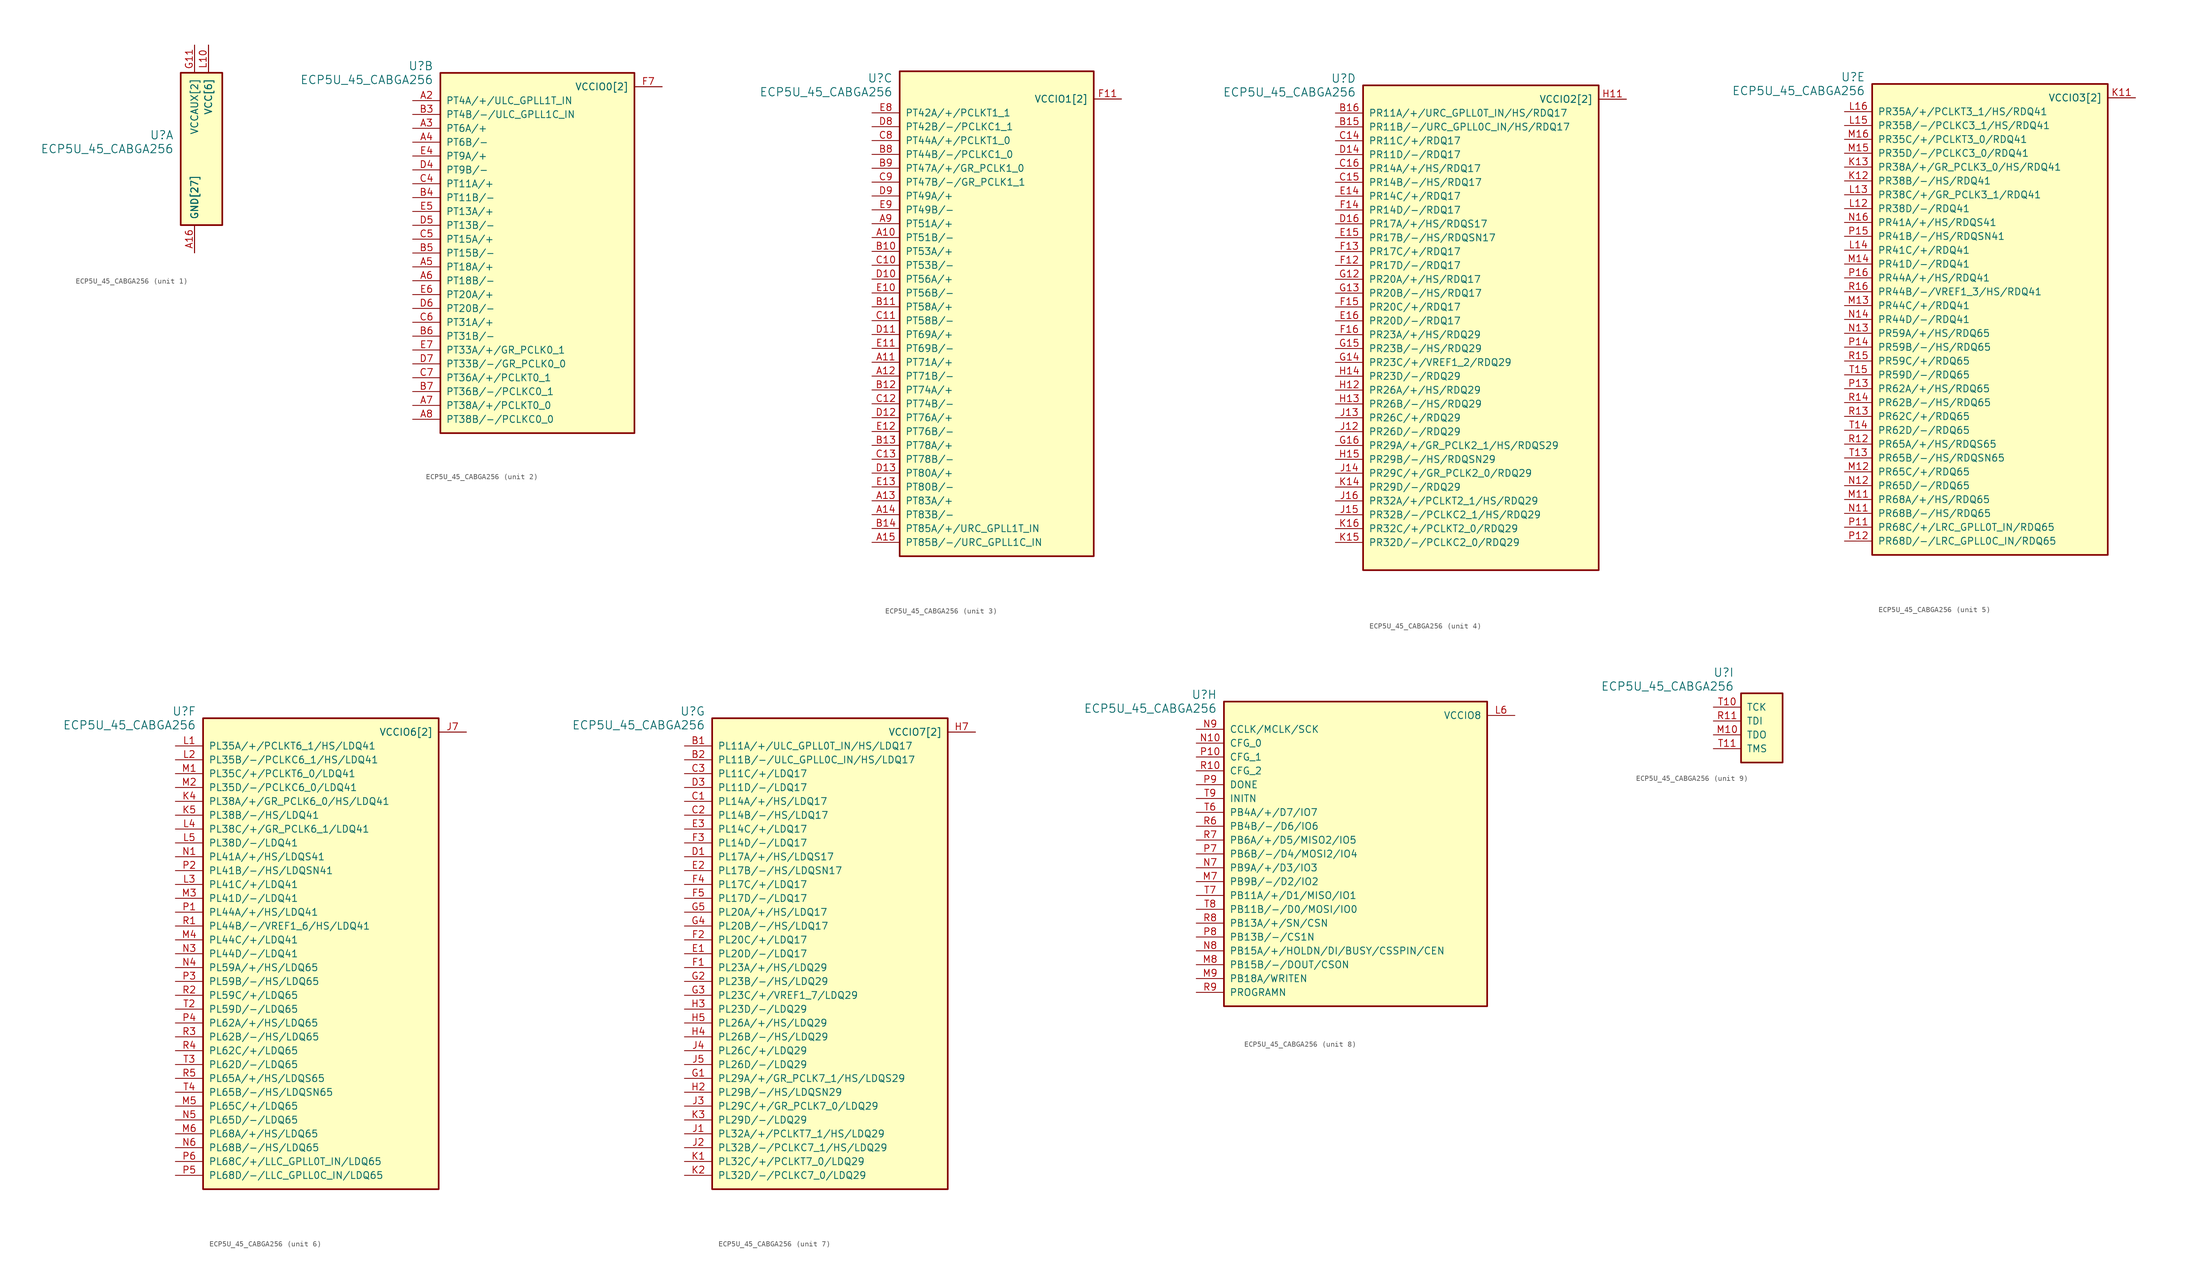
<source format=kicad_sym>
(kicad_symbol_lib
  (version 20210619)
  (generator kicad_symbol_editor)
  (symbol "symbols:ECP5U_45_CABGA256"
    (pin_names
      (offset 1.016))
    (property "Reference" "U"
      (at 3.81 6.35 0)
      (effects (font (size 1.524 1.524)) (justify right)))
    (property "Value" "ECP5U_45_CABGA256"
      (at 3.81 3.81 0)
      (effects (font (size 1.524 1.524)) (justify right)))
    (property "ki_locked" ""
      (at 0 0 0)
      (effects (font (size 1.27 1.27))))
    (symbol "ECP5U_45_CABGA256_1_1"
      (rectangle (start 5.08 17.78) (end 12.7 -10.16) (stroke (width 0.305)) (fill (type background)))
      (pin power_in line (at 7.62 -15.24 90) (length 5.08) (name "GND[27]" (effects (font (size 1.27 1.27)))) (number "A1" (effects (font (size 0 0)))))
      (pin power_in line (at 7.62 -15.24 90) (length 5.08) (name "GND[27]" (effects (font (size 1.27 1.27)))) (number "A16" (effects (font (size 1.27 1.27)))))
      (pin power_in line (at 7.62 -15.24 90) (length 5.08) (name "GND[27]" (effects (font (size 1.27 1.27)))) (number "D15" (effects (font (size 0 0)))))
      (pin power_in line (at 7.62 -15.24 90) (length 5.08) (name "GND[27]" (effects (font (size 1.27 1.27)))) (number "D2" (effects (font (size 0 0)))))
      (pin power_in line (at 7.62 -15.24 90) (length 5.08) (name "GND[27]" (effects (font (size 1.27 1.27)))) (number "F8" (effects (font (size 0 0)))))
      (pin power_in line (at 7.62 -15.24 90) (length 5.08) (name "GND[27]" (effects (font (size 1.27 1.27)))) (number "F9" (effects (font (size 0 0)))))
      (pin power_in line (at 7.62 -15.24 90) (length 5.08) (name "GND[27]" (effects (font (size 1.27 1.27)))) (number "G10" (effects (font (size 0 0)))))
      (pin power_in line (at 7.62 22.86 270) (length 5.08) (name "VCCAUX[2]" (effects (font (size 1.27 1.27)))) (number "G11" (effects (font (size 1.27 1.27)))))
      (pin power_in line (at 10.16 22.86 270) (length 5.08) (name "VCC[6]" (effects (font (size 1.27 1.27)))) (number "G6" (effects (font (size 0 0)))))
      (pin power_in line (at 10.16 22.86 270) (length 5.08) (name "VCC[6]" (effects (font (size 1.27 1.27)))) (number "G7" (effects (font (size 0 0)))))
      (pin power_in line (at 7.62 -15.24 90) (length 5.08) (name "GND[27]" (effects (font (size 1.27 1.27)))) (number "G8" (effects (font (size 0 0)))))
      (pin power_in line (at 10.16 22.86 270) (length 5.08) (name "VCC[6]" (effects (font (size 1.27 1.27)))) (number "G9" (effects (font (size 0 0)))))
      (pin power_in line (at 7.62 -15.24 90) (length 5.08) (name "GND[27]" (effects (font (size 1.27 1.27)))) (number "H1" (effects (font (size 0 0)))))
      (pin power_in line (at 7.62 -15.24 90) (length 5.08) (name "GND[27]" (effects (font (size 1.27 1.27)))) (number "H10" (effects (font (size 0 0)))))
      (pin power_in line (at 7.62 -15.24 90) (length 5.08) (name "GND[27]" (effects (font (size 1.27 1.27)))) (number "H16" (effects (font (size 0 0)))))
      (pin power_in line (at 7.62 -15.24 90) (length 5.08) (name "GND[27]" (effects (font (size 1.27 1.27)))) (number "H8" (effects (font (size 0 0)))))
      (pin power_in line (at 7.62 -15.24 90) (length 5.08) (name "GND[27]" (effects (font (size 1.27 1.27)))) (number "H9" (effects (font (size 0 0)))))
      (pin power_in line (at 7.62 -15.24 90) (length 5.08) (name "GND[27]" (effects (font (size 1.27 1.27)))) (number "J10" (effects (font (size 0 0)))))
      (pin power_in line (at 7.62 -15.24 90) (length 5.08) (name "GND[27]" (effects (font (size 1.27 1.27)))) (number "J8" (effects (font (size 0 0)))))
      (pin power_in line (at 7.62 -15.24 90) (length 5.08) (name "GND[27]" (effects (font (size 1.27 1.27)))) (number "J9" (effects (font (size 0 0)))))
      (pin power_in line (at 7.62 -15.24 90) (length 5.08) (name "GND[27]" (effects (font (size 1.27 1.27)))) (number "K10" (effects (font (size 0 0)))))
      (pin power_in line (at 7.62 -15.24 90) (length 5.08) (name "GND[27]" (effects (font (size 1.27 1.27)))) (number "K6" (effects (font (size 0 0)))))
      (pin power_in line (at 7.62 -15.24 90) (length 5.08) (name "GND[27]" (effects (font (size 1.27 1.27)))) (number "K7" (effects (font (size 0 0)))))
      (pin power_in line (at 7.62 -15.24 90) (length 5.08) (name "GND[27]" (effects (font (size 1.27 1.27)))) (number "K8" (effects (font (size 0 0)))))
      (pin power_in line (at 7.62 -15.24 90) (length 5.08) (name "GND[27]" (effects (font (size 1.27 1.27)))) (number "K9" (effects (font (size 0 0)))))
      (pin power_in line (at 10.16 22.86 270) (length 5.08) (name "VCC[6]" (effects (font (size 1.27 1.27)))) (number "L10" (effects (font (size 1.27 1.27)))))
      (pin power_in line (at 7.62 22.86 270) (length 5.08) (name "VCCAUX[2]" (effects (font (size 1.27 1.27)))) (number "L7" (effects (font (size 0 0)))))
      (pin power_in line (at 10.16 22.86 270) (length 5.08) (name "VCC[6]" (effects (font (size 1.27 1.27)))) (number "L8" (effects (font (size 0 0)))))
      (pin power_in line (at 10.16 22.86 270) (length 5.08) (name "VCC[6]" (effects (font (size 1.27 1.27)))) (number "L9" (effects (font (size 0 0)))))
      (pin power_in line (at 7.62 -15.24 90) (length 5.08) (name "GND[27]" (effects (font (size 1.27 1.27)))) (number "N15" (effects (font (size 0 0)))))
      (pin power_in line (at 7.62 -15.24 90) (length 5.08) (name "GND[27]" (effects (font (size 1.27 1.27)))) (number "N2" (effects (font (size 0 0)))))
      (pin power_in line (at 7.62 -15.24 90) (length 5.08) (name "GND[27]" (effects (font (size 1.27 1.27)))) (number "T1" (effects (font (size 0 0)))))
      (pin power_in line (at 7.62 -15.24 90) (length 5.08) (name "GND[27]" (effects (font (size 1.27 1.27)))) (number "T12" (effects (font (size 0 0)))))
      (pin power_in line (at 7.62 -15.24 90) (length 5.08) (name "GND[27]" (effects (font (size 1.27 1.27)))) (number "T16" (effects (font (size 0 0)))))
      (pin power_in line (at 7.62 -15.24 90) (length 5.08) (name "GND[27]" (effects (font (size 1.27 1.27)))) (number "T5" (effects (font (size 0 0))))))
    (symbol "ECP5U_45_CABGA256_2_1"
      (rectangle (start 5.08 5.08) (end 40.64 -60.96) (stroke (width 0.305)) (fill (type background)))
      (pin bidirectional line (at 0 0 0) (length 5.08) (name "PT4A/+/ULC_GPLL1T_IN" (effects (font (size 1.27 1.27)))) (number "A2" (effects (font (size 1.27 1.27)))))
      (pin bidirectional line (at 0 -5.08 0) (length 5.08) (name "PT6A/+" (effects (font (size 1.27 1.27)))) (number "A3" (effects (font (size 1.27 1.27)))))
      (pin bidirectional line (at 0 -7.62 0) (length 5.08) (name "PT6B/-" (effects (font (size 1.27 1.27)))) (number "A4" (effects (font (size 1.27 1.27)))))
      (pin bidirectional line (at 0 -30.48 0) (length 5.08) (name "PT18A/+" (effects (font (size 1.27 1.27)))) (number "A5" (effects (font (size 1.27 1.27)))))
      (pin bidirectional line (at 0 -33.02 0) (length 5.08) (name "PT18B/-" (effects (font (size 1.27 1.27)))) (number "A6" (effects (font (size 1.27 1.27)))))
      (pin bidirectional line (at 0 -55.88 0) (length 5.08) (name "PT38A/+/PCLKT0_0" (effects (font (size 1.27 1.27)))) (number "A7" (effects (font (size 1.27 1.27)))))
      (pin bidirectional line (at 0 -58.42 0) (length 5.08) (name "PT38B/-/PCLKC0_0" (effects (font (size 1.27 1.27)))) (number "A8" (effects (font (size 1.27 1.27)))))
      (pin bidirectional line (at 0 -2.54 0) (length 5.08) (name "PT4B/-/ULC_GPLL1C_IN" (effects (font (size 1.27 1.27)))) (number "B3" (effects (font (size 1.27 1.27)))))
      (pin bidirectional line (at 0 -17.78 0) (length 5.08) (name "PT11B/-" (effects (font (size 1.27 1.27)))) (number "B4" (effects (font (size 1.27 1.27)))))
      (pin bidirectional line (at 0 -27.94 0) (length 5.08) (name "PT15B/-" (effects (font (size 1.27 1.27)))) (number "B5" (effects (font (size 1.27 1.27)))))
      (pin bidirectional line (at 0 -43.18 0) (length 5.08) (name "PT31B/-" (effects (font (size 1.27 1.27)))) (number "B6" (effects (font (size 1.27 1.27)))))
      (pin bidirectional line (at 0 -53.34 0) (length 5.08) (name "PT36B/-/PCLKC0_1" (effects (font (size 1.27 1.27)))) (number "B7" (effects (font (size 1.27 1.27)))))
      (pin bidirectional line (at 0 -15.24 0) (length 5.08) (name "PT11A/+" (effects (font (size 1.27 1.27)))) (number "C4" (effects (font (size 1.27 1.27)))))
      (pin bidirectional line (at 0 -25.4 0) (length 5.08) (name "PT15A/+" (effects (font (size 1.27 1.27)))) (number "C5" (effects (font (size 1.27 1.27)))))
      (pin bidirectional line (at 0 -40.64 0) (length 5.08) (name "PT31A/+" (effects (font (size 1.27 1.27)))) (number "C6" (effects (font (size 1.27 1.27)))))
      (pin bidirectional line (at 0 -50.8 0) (length 5.08) (name "PT36A/+/PCLKT0_1" (effects (font (size 1.27 1.27)))) (number "C7" (effects (font (size 1.27 1.27)))))
      (pin bidirectional line (at 0 -12.7 0) (length 5.08) (name "PT9B/-" (effects (font (size 1.27 1.27)))) (number "D4" (effects (font (size 1.27 1.27)))))
      (pin bidirectional line (at 0 -22.86 0) (length 5.08) (name "PT13B/-" (effects (font (size 1.27 1.27)))) (number "D5" (effects (font (size 1.27 1.27)))))
      (pin bidirectional line (at 0 -38.1 0) (length 5.08) (name "PT20B/-" (effects (font (size 1.27 1.27)))) (number "D6" (effects (font (size 1.27 1.27)))))
      (pin bidirectional line (at 0 -48.26 0) (length 5.08) (name "PT33B/-/GR_PCLK0_0" (effects (font (size 1.27 1.27)))) (number "D7" (effects (font (size 1.27 1.27)))))
      (pin bidirectional line (at 0 -10.16 0) (length 5.08) (name "PT9A/+" (effects (font (size 1.27 1.27)))) (number "E4" (effects (font (size 1.27 1.27)))))
      (pin bidirectional line (at 0 -20.32 0) (length 5.08) (name "PT13A/+" (effects (font (size 1.27 1.27)))) (number "E5" (effects (font (size 1.27 1.27)))))
      (pin bidirectional line (at 0 -35.56 0) (length 5.08) (name "PT20A/+" (effects (font (size 1.27 1.27)))) (number "E6" (effects (font (size 1.27 1.27)))))
      (pin bidirectional line (at 0 -45.72 0) (length 5.08) (name "PT33A/+/GR_PCLK0_1" (effects (font (size 1.27 1.27)))) (number "E7" (effects (font (size 1.27 1.27)))))
      (pin power_in line (at 45.72 2.54 180) (length 5.08) (name "VCCIO0[2]" (effects (font (size 1.27 1.27)))) (number "F6" (effects (font (size 0 0)))))
      (pin power_in line (at 45.72 2.54 180) (length 5.08) (name "VCCIO0[2]" (effects (font (size 1.27 1.27)))) (number "F7" (effects (font (size 1.27 1.27))))))
    (symbol "ECP5U_45_CABGA256_3_1"
      (rectangle (start 5.08 7.62) (end 40.64 -81.28) (stroke (width 0.305)) (fill (type background)))
      (pin bidirectional line (at 0 -22.86 0) (length 5.08) (name "PT51B/-" (effects (font (size 1.27 1.27)))) (number "A10" (effects (font (size 1.27 1.27)))))
      (pin bidirectional line (at 0 -45.72 0) (length 5.08) (name "PT71A/+" (effects (font (size 1.27 1.27)))) (number "A11" (effects (font (size 1.27 1.27)))))
      (pin bidirectional line (at 0 -48.26 0) (length 5.08) (name "PT71B/-" (effects (font (size 1.27 1.27)))) (number "A12" (effects (font (size 1.27 1.27)))))
      (pin bidirectional line (at 0 -71.12 0) (length 5.08) (name "PT83A/+" (effects (font (size 1.27 1.27)))) (number "A13" (effects (font (size 1.27 1.27)))))
      (pin bidirectional line (at 0 -73.66 0) (length 5.08) (name "PT83B/-" (effects (font (size 1.27 1.27)))) (number "A14" (effects (font (size 1.27 1.27)))))
      (pin bidirectional line (at 0 -78.74 0) (length 5.08) (name "PT85B/-/URC_GPLL1C_IN" (effects (font (size 1.27 1.27)))) (number "A15" (effects (font (size 1.27 1.27)))))
      (pin bidirectional line (at 0 -20.32 0) (length 5.08) (name "PT51A/+" (effects (font (size 1.27 1.27)))) (number "A9" (effects (font (size 1.27 1.27)))))
      (pin bidirectional line (at 0 -25.4 0) (length 5.08) (name "PT53A/+" (effects (font (size 1.27 1.27)))) (number "B10" (effects (font (size 1.27 1.27)))))
      (pin bidirectional line (at 0 -35.56 0) (length 5.08) (name "PT58A/+" (effects (font (size 1.27 1.27)))) (number "B11" (effects (font (size 1.27 1.27)))))
      (pin bidirectional line (at 0 -50.8 0) (length 5.08) (name "PT74A/+" (effects (font (size 1.27 1.27)))) (number "B12" (effects (font (size 1.27 1.27)))))
      (pin bidirectional line (at 0 -60.96 0) (length 5.08) (name "PT78A/+" (effects (font (size 1.27 1.27)))) (number "B13" (effects (font (size 1.27 1.27)))))
      (pin bidirectional line (at 0 -76.2 0) (length 5.08) (name "PT85A/+/URC_GPLL1T_IN" (effects (font (size 1.27 1.27)))) (number "B14" (effects (font (size 1.27 1.27)))))
      (pin bidirectional line (at 0 -7.62 0) (length 5.08) (name "PT44B/-/PCLKC1_0" (effects (font (size 1.27 1.27)))) (number "B8" (effects (font (size 1.27 1.27)))))
      (pin bidirectional line (at 0 -10.16 0) (length 5.08) (name "PT47A/+/GR_PCLK1_0" (effects (font (size 1.27 1.27)))) (number "B9" (effects (font (size 1.27 1.27)))))
      (pin bidirectional line (at 0 -27.94 0) (length 5.08) (name "PT53B/-" (effects (font (size 1.27 1.27)))) (number "C10" (effects (font (size 1.27 1.27)))))
      (pin bidirectional line (at 0 -38.1 0) (length 5.08) (name "PT58B/-" (effects (font (size 1.27 1.27)))) (number "C11" (effects (font (size 1.27 1.27)))))
      (pin bidirectional line (at 0 -53.34 0) (length 5.08) (name "PT74B/-" (effects (font (size 1.27 1.27)))) (number "C12" (effects (font (size 1.27 1.27)))))
      (pin bidirectional line (at 0 -63.5 0) (length 5.08) (name "PT78B/-" (effects (font (size 1.27 1.27)))) (number "C13" (effects (font (size 1.27 1.27)))))
      (pin bidirectional line (at 0 -5.08 0) (length 5.08) (name "PT44A/+/PCLKT1_0" (effects (font (size 1.27 1.27)))) (number "C8" (effects (font (size 1.27 1.27)))))
      (pin bidirectional line (at 0 -12.7 0) (length 5.08) (name "PT47B/-/GR_PCLK1_1" (effects (font (size 1.27 1.27)))) (number "C9" (effects (font (size 1.27 1.27)))))
      (pin bidirectional line (at 0 -30.48 0) (length 5.08) (name "PT56A/+" (effects (font (size 1.27 1.27)))) (number "D10" (effects (font (size 1.27 1.27)))))
      (pin bidirectional line (at 0 -40.64 0) (length 5.08) (name "PT69A/+" (effects (font (size 1.27 1.27)))) (number "D11" (effects (font (size 1.27 1.27)))))
      (pin bidirectional line (at 0 -55.88 0) (length 5.08) (name "PT76A/+" (effects (font (size 1.27 1.27)))) (number "D12" (effects (font (size 1.27 1.27)))))
      (pin bidirectional line (at 0 -66.04 0) (length 5.08) (name "PT80A/+" (effects (font (size 1.27 1.27)))) (number "D13" (effects (font (size 1.27 1.27)))))
      (pin bidirectional line (at 0 -2.54 0) (length 5.08) (name "PT42B/-/PCLKC1_1" (effects (font (size 1.27 1.27)))) (number "D8" (effects (font (size 1.27 1.27)))))
      (pin bidirectional line (at 0 -15.24 0) (length 5.08) (name "PT49A/+" (effects (font (size 1.27 1.27)))) (number "D9" (effects (font (size 1.27 1.27)))))
      (pin bidirectional line (at 0 -33.02 0) (length 5.08) (name "PT56B/-" (effects (font (size 1.27 1.27)))) (number "E10" (effects (font (size 1.27 1.27)))))
      (pin bidirectional line (at 0 -43.18 0) (length 5.08) (name "PT69B/-" (effects (font (size 1.27 1.27)))) (number "E11" (effects (font (size 1.27 1.27)))))
      (pin bidirectional line (at 0 -58.42 0) (length 5.08) (name "PT76B/-" (effects (font (size 1.27 1.27)))) (number "E12" (effects (font (size 1.27 1.27)))))
      (pin bidirectional line (at 0 -68.58 0) (length 5.08) (name "PT80B/-" (effects (font (size 1.27 1.27)))) (number "E13" (effects (font (size 1.27 1.27)))))
      (pin bidirectional line (at 0 0 0) (length 5.08) (name "PT42A/+/PCLKT1_1" (effects (font (size 1.27 1.27)))) (number "E8" (effects (font (size 1.27 1.27)))))
      (pin bidirectional line (at 0 -17.78 0) (length 5.08) (name "PT49B/-" (effects (font (size 1.27 1.27)))) (number "E9" (effects (font (size 1.27 1.27)))))
      (pin power_in line (at 45.72 2.54 180) (length 5.08) (name "VCCIO1[2]" (effects (font (size 1.27 1.27)))) (number "F10" (effects (font (size 0 0)))))
      (pin power_in line (at 45.72 2.54 180) (length 5.08) (name "VCCIO1[2]" (effects (font (size 1.27 1.27)))) (number "F11" (effects (font (size 1.27 1.27))))))
    (symbol "ECP5U_45_CABGA256_4_1"
      (rectangle (start 5.08 5.08) (end 48.26 -83.82) (stroke (width 0.305)) (fill (type background)))
      (pin bidirectional line (at 0 -2.54 0) (length 5.08) (name "PR11B/-/URC_GPLL0C_IN/HS/RDQ17" (effects (font (size 1.27 1.27)))) (number "B15" (effects (font (size 1.27 1.27)))))
      (pin bidirectional line (at 0 0 0) (length 5.08) (name "PR11A/+/URC_GPLL0T_IN/HS/RDQ17" (effects (font (size 1.27 1.27)))) (number "B16" (effects (font (size 1.27 1.27)))))
      (pin bidirectional line (at 0 -5.08 0) (length 5.08) (name "PR11C/+/RDQ17" (effects (font (size 1.27 1.27)))) (number "C14" (effects (font (size 1.27 1.27)))))
      (pin bidirectional line (at 0 -12.7 0) (length 5.08) (name "PR14B/-/HS/RDQ17" (effects (font (size 1.27 1.27)))) (number "C15" (effects (font (size 1.27 1.27)))))
      (pin bidirectional line (at 0 -10.16 0) (length 5.08) (name "PR14A/+/HS/RDQ17" (effects (font (size 1.27 1.27)))) (number "C16" (effects (font (size 1.27 1.27)))))
      (pin bidirectional line (at 0 -7.62 0) (length 5.08) (name "PR11D/-/RDQ17" (effects (font (size 1.27 1.27)))) (number "D14" (effects (font (size 1.27 1.27)))))
      (pin bidirectional line (at 0 -20.32 0) (length 5.08) (name "PR17A/+/HS/RDQS17" (effects (font (size 1.27 1.27)))) (number "D16" (effects (font (size 1.27 1.27)))))
      (pin bidirectional line (at 0 -15.24 0) (length 5.08) (name "PR14C/+/RDQ17" (effects (font (size 1.27 1.27)))) (number "E14" (effects (font (size 1.27 1.27)))))
      (pin bidirectional line (at 0 -22.86 0) (length 5.08) (name "PR17B/-/HS/RDQSN17" (effects (font (size 1.27 1.27)))) (number "E15" (effects (font (size 1.27 1.27)))))
      (pin bidirectional line (at 0 -38.1 0) (length 5.08) (name "PR20D/-/RDQ17" (effects (font (size 1.27 1.27)))) (number "E16" (effects (font (size 1.27 1.27)))))
      (pin bidirectional line (at 0 -27.94 0) (length 5.08) (name "PR17D/-/RDQ17" (effects (font (size 1.27 1.27)))) (number "F12" (effects (font (size 1.27 1.27)))))
      (pin bidirectional line (at 0 -25.4 0) (length 5.08) (name "PR17C/+/RDQ17" (effects (font (size 1.27 1.27)))) (number "F13" (effects (font (size 1.27 1.27)))))
      (pin bidirectional line (at 0 -17.78 0) (length 5.08) (name "PR14D/-/RDQ17" (effects (font (size 1.27 1.27)))) (number "F14" (effects (font (size 1.27 1.27)))))
      (pin bidirectional line (at 0 -35.56 0) (length 5.08) (name "PR20C/+/RDQ17" (effects (font (size 1.27 1.27)))) (number "F15" (effects (font (size 1.27 1.27)))))
      (pin bidirectional line (at 0 -40.64 0) (length 5.08) (name "PR23A/+/HS/RDQ29" (effects (font (size 1.27 1.27)))) (number "F16" (effects (font (size 1.27 1.27)))))
      (pin bidirectional line (at 0 -30.48 0) (length 5.08) (name "PR20A/+/HS/RDQ17" (effects (font (size 1.27 1.27)))) (number "G12" (effects (font (size 1.27 1.27)))))
      (pin bidirectional line (at 0 -33.02 0) (length 5.08) (name "PR20B/-/HS/RDQ17" (effects (font (size 1.27 1.27)))) (number "G13" (effects (font (size 1.27 1.27)))))
      (pin bidirectional line (at 0 -45.72 0) (length 5.08) (name "PR23C/+/VREF1_2/RDQ29" (effects (font (size 1.27 1.27)))) (number "G14" (effects (font (size 1.27 1.27)))))
      (pin bidirectional line (at 0 -43.18 0) (length 5.08) (name "PR23B/-/HS/RDQ29" (effects (font (size 1.27 1.27)))) (number "G15" (effects (font (size 1.27 1.27)))))
      (pin bidirectional line (at 0 -60.96 0) (length 5.08) (name "PR29A/+/GR_PCLK2_1/HS/RDQS29" (effects (font (size 1.27 1.27)))) (number "G16" (effects (font (size 1.27 1.27)))))
      (pin power_in line (at 53.34 2.54 180) (length 5.08) (name "VCCIO2[2]" (effects (font (size 1.27 1.27)))) (number "H11" (effects (font (size 1.27 1.27)))))
      (pin bidirectional line (at 0 -50.8 0) (length 5.08) (name "PR26A/+/HS/RDQ29" (effects (font (size 1.27 1.27)))) (number "H12" (effects (font (size 1.27 1.27)))))
      (pin bidirectional line (at 0 -53.34 0) (length 5.08) (name "PR26B/-/HS/RDQ29" (effects (font (size 1.27 1.27)))) (number "H13" (effects (font (size 1.27 1.27)))))
      (pin bidirectional line (at 0 -48.26 0) (length 5.08) (name "PR23D/-/RDQ29" (effects (font (size 1.27 1.27)))) (number "H14" (effects (font (size 1.27 1.27)))))
      (pin bidirectional line (at 0 -63.5 0) (length 5.08) (name "PR29B/-/HS/RDQSN29" (effects (font (size 1.27 1.27)))) (number "H15" (effects (font (size 1.27 1.27)))))
      (pin power_in line (at 53.34 2.54 180) (length 5.08) (name "VCCIO2[2]" (effects (font (size 1.27 1.27)))) (number "J11" (effects (font (size 0 0)))))
      (pin bidirectional line (at 0 -58.42 0) (length 5.08) (name "PR26D/-/RDQ29" (effects (font (size 1.27 1.27)))) (number "J12" (effects (font (size 1.27 1.27)))))
      (pin bidirectional line (at 0 -55.88 0) (length 5.08) (name "PR26C/+/RDQ29" (effects (font (size 1.27 1.27)))) (number "J13" (effects (font (size 1.27 1.27)))))
      (pin bidirectional line (at 0 -66.04 0) (length 5.08) (name "PR29C/+/GR_PCLK2_0/RDQ29" (effects (font (size 1.27 1.27)))) (number "J14" (effects (font (size 1.27 1.27)))))
      (pin bidirectional line (at 0 -73.66 0) (length 5.08) (name "PR32B/-/PCLKC2_1/HS/RDQ29" (effects (font (size 1.27 1.27)))) (number "J15" (effects (font (size 1.27 1.27)))))
      (pin bidirectional line (at 0 -71.12 0) (length 5.08) (name "PR32A/+/PCLKT2_1/HS/RDQ29" (effects (font (size 1.27 1.27)))) (number "J16" (effects (font (size 1.27 1.27)))))
      (pin bidirectional line (at 0 -68.58 0) (length 5.08) (name "PR29D/-/RDQ29" (effects (font (size 1.27 1.27)))) (number "K14" (effects (font (size 1.27 1.27)))))
      (pin bidirectional line (at 0 -78.74 0) (length 5.08) (name "PR32D/-/PCLKC2_0/RDQ29" (effects (font (size 1.27 1.27)))) (number "K15" (effects (font (size 1.27 1.27)))))
      (pin bidirectional line (at 0 -76.2 0) (length 5.08) (name "PR32C/+/PCLKT2_0/RDQ29" (effects (font (size 1.27 1.27)))) (number "K16" (effects (font (size 1.27 1.27))))))
    (symbol "ECP5U_45_CABGA256_5_1"
      (rectangle (start 5.08 5.08) (end 48.26 -81.28) (stroke (width 0.305)) (fill (type background)))
      (pin power_in line (at 53.34 2.54 180) (length 5.08) (name "VCCIO3[2]" (effects (font (size 1.27 1.27)))) (number "K11" (effects (font (size 1.27 1.27)))))
      (pin bidirectional line (at 0 -12.7 0) (length 5.08) (name "PR38B/-/HS/RDQ41" (effects (font (size 1.27 1.27)))) (number "K12" (effects (font (size 1.27 1.27)))))
      (pin bidirectional line (at 0 -10.16 0) (length 5.08) (name "PR38A/+/GR_PCLK3_0/HS/RDQ41" (effects (font (size 1.27 1.27)))) (number "K13" (effects (font (size 1.27 1.27)))))
      (pin power_in line (at 53.34 2.54 180) (length 5.08) (name "VCCIO3[2]" (effects (font (size 1.27 1.27)))) (number "L11" (effects (font (size 0 0)))))
      (pin bidirectional line (at 0 -17.78 0) (length 5.08) (name "PR38D/-/RDQ41" (effects (font (size 1.27 1.27)))) (number "L12" (effects (font (size 1.27 1.27)))))
      (pin bidirectional line (at 0 -15.24 0) (length 5.08) (name "PR38C/+/GR_PCLK3_1/RDQ41" (effects (font (size 1.27 1.27)))) (number "L13" (effects (font (size 1.27 1.27)))))
      (pin bidirectional line (at 0 -25.4 0) (length 5.08) (name "PR41C/+/RDQ41" (effects (font (size 1.27 1.27)))) (number "L14" (effects (font (size 1.27 1.27)))))
      (pin bidirectional line (at 0 -2.54 0) (length 5.08) (name "PR35B/-/PCLKC3_1/HS/RDQ41" (effects (font (size 1.27 1.27)))) (number "L15" (effects (font (size 1.27 1.27)))))
      (pin bidirectional line (at 0 0 0) (length 5.08) (name "PR35A/+/PCLKT3_1/HS/RDQ41" (effects (font (size 1.27 1.27)))) (number "L16" (effects (font (size 1.27 1.27)))))
      (pin bidirectional line (at 0 -71.12 0) (length 5.08) (name "PR68A/+/HS/RDQ65" (effects (font (size 1.27 1.27)))) (number "M11" (effects (font (size 1.27 1.27)))))
      (pin bidirectional line (at 0 -66.04 0) (length 5.08) (name "PR65C/+/RDQ65" (effects (font (size 1.27 1.27)))) (number "M12" (effects (font (size 1.27 1.27)))))
      (pin bidirectional line (at 0 -35.56 0) (length 5.08) (name "PR44C/+/RDQ41" (effects (font (size 1.27 1.27)))) (number "M13" (effects (font (size 1.27 1.27)))))
      (pin bidirectional line (at 0 -27.94 0) (length 5.08) (name "PR41D/-/RDQ41" (effects (font (size 1.27 1.27)))) (number "M14" (effects (font (size 1.27 1.27)))))
      (pin bidirectional line (at 0 -7.62 0) (length 5.08) (name "PR35D/-/PCLKC3_0/RDQ41" (effects (font (size 1.27 1.27)))) (number "M15" (effects (font (size 1.27 1.27)))))
      (pin bidirectional line (at 0 -5.08 0) (length 5.08) (name "PR35C/+/PCLKT3_0/RDQ41" (effects (font (size 1.27 1.27)))) (number "M16" (effects (font (size 1.27 1.27)))))
      (pin bidirectional line (at 0 -73.66 0) (length 5.08) (name "PR68B/-/HS/RDQ65" (effects (font (size 1.27 1.27)))) (number "N11" (effects (font (size 1.27 1.27)))))
      (pin bidirectional line (at 0 -68.58 0) (length 5.08) (name "PR65D/-/RDQ65" (effects (font (size 1.27 1.27)))) (number "N12" (effects (font (size 1.27 1.27)))))
      (pin bidirectional line (at 0 -40.64 0) (length 5.08) (name "PR59A/+/HS/RDQ65" (effects (font (size 1.27 1.27)))) (number "N13" (effects (font (size 1.27 1.27)))))
      (pin bidirectional line (at 0 -38.1 0) (length 5.08) (name "PR44D/-/RDQ41" (effects (font (size 1.27 1.27)))) (number "N14" (effects (font (size 1.27 1.27)))))
      (pin bidirectional line (at 0 -20.32 0) (length 5.08) (name "PR41A/+/HS/RDQS41" (effects (font (size 1.27 1.27)))) (number "N16" (effects (font (size 1.27 1.27)))))
      (pin bidirectional line (at 0 -76.2 0) (length 5.08) (name "PR68C/+/LRC_GPLL0T_IN/RDQ65" (effects (font (size 1.27 1.27)))) (number "P11" (effects (font (size 1.27 1.27)))))
      (pin bidirectional line (at 0 -78.74 0) (length 5.08) (name "PR68D/-/LRC_GPLL0C_IN/RDQ65" (effects (font (size 1.27 1.27)))) (number "P12" (effects (font (size 1.27 1.27)))))
      (pin bidirectional line (at 0 -50.8 0) (length 5.08) (name "PR62A/+/HS/RDQ65" (effects (font (size 1.27 1.27)))) (number "P13" (effects (font (size 1.27 1.27)))))
      (pin bidirectional line (at 0 -43.18 0) (length 5.08) (name "PR59B/-/HS/RDQ65" (effects (font (size 1.27 1.27)))) (number "P14" (effects (font (size 1.27 1.27)))))
      (pin bidirectional line (at 0 -22.86 0) (length 5.08) (name "PR41B/-/HS/RDQSN41" (effects (font (size 1.27 1.27)))) (number "P15" (effects (font (size 1.27 1.27)))))
      (pin bidirectional line (at 0 -30.48 0) (length 5.08) (name "PR44A/+/HS/RDQ41" (effects (font (size 1.27 1.27)))) (number "P16" (effects (font (size 1.27 1.27)))))
      (pin bidirectional line (at 0 -60.96 0) (length 5.08) (name "PR65A/+/HS/RDQS65" (effects (font (size 1.27 1.27)))) (number "R12" (effects (font (size 1.27 1.27)))))
      (pin bidirectional line (at 0 -55.88 0) (length 5.08) (name "PR62C/+/RDQ65" (effects (font (size 1.27 1.27)))) (number "R13" (effects (font (size 1.27 1.27)))))
      (pin bidirectional line (at 0 -53.34 0) (length 5.08) (name "PR62B/-/HS/RDQ65" (effects (font (size 1.27 1.27)))) (number "R14" (effects (font (size 1.27 1.27)))))
      (pin bidirectional line (at 0 -45.72 0) (length 5.08) (name "PR59C/+/RDQ65" (effects (font (size 1.27 1.27)))) (number "R15" (effects (font (size 1.27 1.27)))))
      (pin bidirectional line (at 0 -33.02 0) (length 5.08) (name "PR44B/-/VREF1_3/HS/RDQ41" (effects (font (size 1.27 1.27)))) (number "R16" (effects (font (size 1.27 1.27)))))
      (pin bidirectional line (at 0 -63.5 0) (length 5.08) (name "PR65B/-/HS/RDQSN65" (effects (font (size 1.27 1.27)))) (number "T13" (effects (font (size 1.27 1.27)))))
      (pin bidirectional line (at 0 -58.42 0) (length 5.08) (name "PR62D/-/RDQ65" (effects (font (size 1.27 1.27)))) (number "T14" (effects (font (size 1.27 1.27)))))
      (pin bidirectional line (at 0 -48.26 0) (length 5.08) (name "PR59D/-/RDQ65" (effects (font (size 1.27 1.27)))) (number "T15" (effects (font (size 1.27 1.27))))))
    (symbol "ECP5U_45_CABGA256_6_1"
      (rectangle (start 5.08 5.08) (end 48.26 -81.28) (stroke (width 0.305)) (fill (type background)))
      (pin power_in line (at 53.34 2.54 180) (length 5.08) (name "VCCIO6[2]" (effects (font (size 1.27 1.27)))) (number "J6" (effects (font (size 0 0)))))
      (pin power_in line (at 53.34 2.54 180) (length 5.08) (name "VCCIO6[2]" (effects (font (size 1.27 1.27)))) (number "J7" (effects (font (size 1.27 1.27)))))
      (pin bidirectional line (at 0 -10.16 0) (length 5.08) (name "PL38A/+/GR_PCLK6_0/HS/LDQ41" (effects (font (size 1.27 1.27)))) (number "K4" (effects (font (size 1.27 1.27)))))
      (pin bidirectional line (at 0 -12.7 0) (length 5.08) (name "PL38B/-/HS/LDQ41" (effects (font (size 1.27 1.27)))) (number "K5" (effects (font (size 1.27 1.27)))))
      (pin bidirectional line (at 0 0 0) (length 5.08) (name "PL35A/+/PCLKT6_1/HS/LDQ41" (effects (font (size 1.27 1.27)))) (number "L1" (effects (font (size 1.27 1.27)))))
      (pin bidirectional line (at 0 -2.54 0) (length 5.08) (name "PL35B/-/PCLKC6_1/HS/LDQ41" (effects (font (size 1.27 1.27)))) (number "L2" (effects (font (size 1.27 1.27)))))
      (pin bidirectional line (at 0 -25.4 0) (length 5.08) (name "PL41C/+/LDQ41" (effects (font (size 1.27 1.27)))) (number "L3" (effects (font (size 1.27 1.27)))))
      (pin bidirectional line (at 0 -15.24 0) (length 5.08) (name "PL38C/+/GR_PCLK6_1/LDQ41" (effects (font (size 1.27 1.27)))) (number "L4" (effects (font (size 1.27 1.27)))))
      (pin bidirectional line (at 0 -17.78 0) (length 5.08) (name "PL38D/-/LDQ41" (effects (font (size 1.27 1.27)))) (number "L5" (effects (font (size 1.27 1.27)))))
      (pin bidirectional line (at 0 -5.08 0) (length 5.08) (name "PL35C/+/PCLKT6_0/LDQ41" (effects (font (size 1.27 1.27)))) (number "M1" (effects (font (size 1.27 1.27)))))
      (pin bidirectional line (at 0 -7.62 0) (length 5.08) (name "PL35D/-/PCLKC6_0/LDQ41" (effects (font (size 1.27 1.27)))) (number "M2" (effects (font (size 1.27 1.27)))))
      (pin bidirectional line (at 0 -27.94 0) (length 5.08) (name "PL41D/-/LDQ41" (effects (font (size 1.27 1.27)))) (number "M3" (effects (font (size 1.27 1.27)))))
      (pin bidirectional line (at 0 -35.56 0) (length 5.08) (name "PL44C/+/LDQ41" (effects (font (size 1.27 1.27)))) (number "M4" (effects (font (size 1.27 1.27)))))
      (pin bidirectional line (at 0 -66.04 0) (length 5.08) (name "PL65C/+/LDQ65" (effects (font (size 1.27 1.27)))) (number "M5" (effects (font (size 1.27 1.27)))))
      (pin bidirectional line (at 0 -71.12 0) (length 5.08) (name "PL68A/+/HS/LDQ65" (effects (font (size 1.27 1.27)))) (number "M6" (effects (font (size 1.27 1.27)))))
      (pin bidirectional line (at 0 -20.32 0) (length 5.08) (name "PL41A/+/HS/LDQS41" (effects (font (size 1.27 1.27)))) (number "N1" (effects (font (size 1.27 1.27)))))
      (pin bidirectional line (at 0 -38.1 0) (length 5.08) (name "PL44D/-/LDQ41" (effects (font (size 1.27 1.27)))) (number "N3" (effects (font (size 1.27 1.27)))))
      (pin bidirectional line (at 0 -40.64 0) (length 5.08) (name "PL59A/+/HS/LDQ65" (effects (font (size 1.27 1.27)))) (number "N4" (effects (font (size 1.27 1.27)))))
      (pin bidirectional line (at 0 -68.58 0) (length 5.08) (name "PL65D/-/LDQ65" (effects (font (size 1.27 1.27)))) (number "N5" (effects (font (size 1.27 1.27)))))
      (pin bidirectional line (at 0 -73.66 0) (length 5.08) (name "PL68B/-/HS/LDQ65" (effects (font (size 1.27 1.27)))) (number "N6" (effects (font (size 1.27 1.27)))))
      (pin bidirectional line (at 0 -30.48 0) (length 5.08) (name "PL44A/+/HS/LDQ41" (effects (font (size 1.27 1.27)))) (number "P1" (effects (font (size 1.27 1.27)))))
      (pin bidirectional line (at 0 -22.86 0) (length 5.08) (name "PL41B/-/HS/LDQSN41" (effects (font (size 1.27 1.27)))) (number "P2" (effects (font (size 1.27 1.27)))))
      (pin bidirectional line (at 0 -43.18 0) (length 5.08) (name "PL59B/-/HS/LDQ65" (effects (font (size 1.27 1.27)))) (number "P3" (effects (font (size 1.27 1.27)))))
      (pin bidirectional line (at 0 -50.8 0) (length 5.08) (name "PL62A/+/HS/LDQ65" (effects (font (size 1.27 1.27)))) (number "P4" (effects (font (size 1.27 1.27)))))
      (pin bidirectional line (at 0 -78.74 0) (length 5.08) (name "PL68D/-/LLC_GPLL0C_IN/LDQ65" (effects (font (size 1.27 1.27)))) (number "P5" (effects (font (size 1.27 1.27)))))
      (pin bidirectional line (at 0 -76.2 0) (length 5.08) (name "PL68C/+/LLC_GPLL0T_IN/LDQ65" (effects (font (size 1.27 1.27)))) (number "P6" (effects (font (size 1.27 1.27)))))
      (pin bidirectional line (at 0 -33.02 0) (length 5.08) (name "PL44B/-/VREF1_6/HS/LDQ41" (effects (font (size 1.27 1.27)))) (number "R1" (effects (font (size 1.27 1.27)))))
      (pin bidirectional line (at 0 -45.72 0) (length 5.08) (name "PL59C/+/LDQ65" (effects (font (size 1.27 1.27)))) (number "R2" (effects (font (size 1.27 1.27)))))
      (pin bidirectional line (at 0 -53.34 0) (length 5.08) (name "PL62B/-/HS/LDQ65" (effects (font (size 1.27 1.27)))) (number "R3" (effects (font (size 1.27 1.27)))))
      (pin bidirectional line (at 0 -55.88 0) (length 5.08) (name "PL62C/+/LDQ65" (effects (font (size 1.27 1.27)))) (number "R4" (effects (font (size 1.27 1.27)))))
      (pin bidirectional line (at 0 -60.96 0) (length 5.08) (name "PL65A/+/HS/LDQS65" (effects (font (size 1.27 1.27)))) (number "R5" (effects (font (size 1.27 1.27)))))
      (pin bidirectional line (at 0 -48.26 0) (length 5.08) (name "PL59D/-/LDQ65" (effects (font (size 1.27 1.27)))) (number "T2" (effects (font (size 1.27 1.27)))))
      (pin bidirectional line (at 0 -58.42 0) (length 5.08) (name "PL62D/-/LDQ65" (effects (font (size 1.27 1.27)))) (number "T3" (effects (font (size 1.27 1.27)))))
      (pin bidirectional line (at 0 -63.5 0) (length 5.08) (name "PL65B/-/HS/LDQSN65" (effects (font (size 1.27 1.27)))) (number "T4" (effects (font (size 1.27 1.27))))))
    (symbol "ECP5U_45_CABGA256_7_1"
      (rectangle (start 5.08 5.08) (end 48.26 -81.28) (stroke (width 0.305)) (fill (type background)))
      (pin bidirectional line (at 0 0 0) (length 5.08) (name "PL11A/+/ULC_GPLL0T_IN/HS/LDQ17" (effects (font (size 1.27 1.27)))) (number "B1" (effects (font (size 1.27 1.27)))))
      (pin bidirectional line (at 0 -2.54 0) (length 5.08) (name "PL11B/-/ULC_GPLL0C_IN/HS/LDQ17" (effects (font (size 1.27 1.27)))) (number "B2" (effects (font (size 1.27 1.27)))))
      (pin bidirectional line (at 0 -10.16 0) (length 5.08) (name "PL14A/+/HS/LDQ17" (effects (font (size 1.27 1.27)))) (number "C1" (effects (font (size 1.27 1.27)))))
      (pin bidirectional line (at 0 -12.7 0) (length 5.08) (name "PL14B/-/HS/LDQ17" (effects (font (size 1.27 1.27)))) (number "C2" (effects (font (size 1.27 1.27)))))
      (pin bidirectional line (at 0 -5.08 0) (length 5.08) (name "PL11C/+/LDQ17" (effects (font (size 1.27 1.27)))) (number "C3" (effects (font (size 1.27 1.27)))))
      (pin bidirectional line (at 0 -20.32 0) (length 5.08) (name "PL17A/+/HS/LDQS17" (effects (font (size 1.27 1.27)))) (number "D1" (effects (font (size 1.27 1.27)))))
      (pin bidirectional line (at 0 -7.62 0) (length 5.08) (name "PL11D/-/LDQ17" (effects (font (size 1.27 1.27)))) (number "D3" (effects (font (size 1.27 1.27)))))
      (pin bidirectional line (at 0 -38.1 0) (length 5.08) (name "PL20D/-/LDQ17" (effects (font (size 1.27 1.27)))) (number "E1" (effects (font (size 1.27 1.27)))))
      (pin bidirectional line (at 0 -22.86 0) (length 5.08) (name "PL17B/-/HS/LDQSN17" (effects (font (size 1.27 1.27)))) (number "E2" (effects (font (size 1.27 1.27)))))
      (pin bidirectional line (at 0 -15.24 0) (length 5.08) (name "PL14C/+/LDQ17" (effects (font (size 1.27 1.27)))) (number "E3" (effects (font (size 1.27 1.27)))))
      (pin bidirectional line (at 0 -40.64 0) (length 5.08) (name "PL23A/+/HS/LDQ29" (effects (font (size 1.27 1.27)))) (number "F1" (effects (font (size 1.27 1.27)))))
      (pin bidirectional line (at 0 -35.56 0) (length 5.08) (name "PL20C/+/LDQ17" (effects (font (size 1.27 1.27)))) (number "F2" (effects (font (size 1.27 1.27)))))
      (pin bidirectional line (at 0 -17.78 0) (length 5.08) (name "PL14D/-/LDQ17" (effects (font (size 1.27 1.27)))) (number "F3" (effects (font (size 1.27 1.27)))))
      (pin bidirectional line (at 0 -25.4 0) (length 5.08) (name "PL17C/+/LDQ17" (effects (font (size 1.27 1.27)))) (number "F4" (effects (font (size 1.27 1.27)))))
      (pin bidirectional line (at 0 -27.94 0) (length 5.08) (name "PL17D/-/LDQ17" (effects (font (size 1.27 1.27)))) (number "F5" (effects (font (size 1.27 1.27)))))
      (pin bidirectional line (at 0 -60.96 0) (length 5.08) (name "PL29A/+/GR_PCLK7_1/HS/LDQS29" (effects (font (size 1.27 1.27)))) (number "G1" (effects (font (size 1.27 1.27)))))
      (pin bidirectional line (at 0 -43.18 0) (length 5.08) (name "PL23B/-/HS/LDQ29" (effects (font (size 1.27 1.27)))) (number "G2" (effects (font (size 1.27 1.27)))))
      (pin bidirectional line (at 0 -45.72 0) (length 5.08) (name "PL23C/+/VREF1_7/LDQ29" (effects (font (size 1.27 1.27)))) (number "G3" (effects (font (size 1.27 1.27)))))
      (pin bidirectional line (at 0 -33.02 0) (length 5.08) (name "PL20B/-/HS/LDQ17" (effects (font (size 1.27 1.27)))) (number "G4" (effects (font (size 1.27 1.27)))))
      (pin bidirectional line (at 0 -30.48 0) (length 5.08) (name "PL20A/+/HS/LDQ17" (effects (font (size 1.27 1.27)))) (number "G5" (effects (font (size 1.27 1.27)))))
      (pin bidirectional line (at 0 -63.5 0) (length 5.08) (name "PL29B/-/HS/LDQSN29" (effects (font (size 1.27 1.27)))) (number "H2" (effects (font (size 1.27 1.27)))))
      (pin bidirectional line (at 0 -48.26 0) (length 5.08) (name "PL23D/-/LDQ29" (effects (font (size 1.27 1.27)))) (number "H3" (effects (font (size 1.27 1.27)))))
      (pin bidirectional line (at 0 -53.34 0) (length 5.08) (name "PL26B/-/HS/LDQ29" (effects (font (size 1.27 1.27)))) (number "H4" (effects (font (size 1.27 1.27)))))
      (pin bidirectional line (at 0 -50.8 0) (length 5.08) (name "PL26A/+/HS/LDQ29" (effects (font (size 1.27 1.27)))) (number "H5" (effects (font (size 1.27 1.27)))))
      (pin power_in line (at 53.34 2.54 180) (length 5.08) (name "VCCIO7[2]" (effects (font (size 1.27 1.27)))) (number "H6" (effects (font (size 0 0)))))
      (pin power_in line (at 53.34 2.54 180) (length 5.08) (name "VCCIO7[2]" (effects (font (size 1.27 1.27)))) (number "H7" (effects (font (size 1.27 1.27)))))
      (pin bidirectional line (at 0 -71.12 0) (length 5.08) (name "PL32A/+/PCLKT7_1/HS/LDQ29" (effects (font (size 1.27 1.27)))) (number "J1" (effects (font (size 1.27 1.27)))))
      (pin bidirectional line (at 0 -73.66 0) (length 5.08) (name "PL32B/-/PCLKC7_1/HS/LDQ29" (effects (font (size 1.27 1.27)))) (number "J2" (effects (font (size 1.27 1.27)))))
      (pin bidirectional line (at 0 -66.04 0) (length 5.08) (name "PL29C/+/GR_PCLK7_0/LDQ29" (effects (font (size 1.27 1.27)))) (number "J3" (effects (font (size 1.27 1.27)))))
      (pin bidirectional line (at 0 -55.88 0) (length 5.08) (name "PL26C/+/LDQ29" (effects (font (size 1.27 1.27)))) (number "J4" (effects (font (size 1.27 1.27)))))
      (pin bidirectional line (at 0 -58.42 0) (length 5.08) (name "PL26D/-/LDQ29" (effects (font (size 1.27 1.27)))) (number "J5" (effects (font (size 1.27 1.27)))))
      (pin bidirectional line (at 0 -76.2 0) (length 5.08) (name "PL32C/+/PCLKT7_0/LDQ29" (effects (font (size 1.27 1.27)))) (number "K1" (effects (font (size 1.27 1.27)))))
      (pin bidirectional line (at 0 -78.74 0) (length 5.08) (name "PL32D/-/PCLKC7_0/LDQ29" (effects (font (size 1.27 1.27)))) (number "K2" (effects (font (size 1.27 1.27)))))
      (pin bidirectional line (at 0 -68.58 0) (length 5.08) (name "PL29D/-/LDQ29" (effects (font (size 1.27 1.27)))) (number "K3" (effects (font (size 1.27 1.27))))))
    (symbol "ECP5U_45_CABGA256_8_1"
      (rectangle (start 5.08 5.08) (end 53.34 -50.8) (stroke (width 0.305)) (fill (type background)))
      (pin power_in line (at 58.42 2.54 180) (length 5.08) (name "VCCIO8" (effects (font (size 1.27 1.27)))) (number "L6" (effects (font (size 1.27 1.27)))))
      (pin bidirectional line (at 0 -27.94 0) (length 5.08) (name "PB9B/-/D2/IO2" (effects (font (size 1.27 1.27)))) (number "M7" (effects (font (size 1.27 1.27)))))
      (pin bidirectional line (at 0 -43.18 0) (length 5.08) (name "PB15B/-/DOUT/CSON" (effects (font (size 1.27 1.27)))) (number "M8" (effects (font (size 1.27 1.27)))))
      (pin bidirectional line (at 0 -45.72 0) (length 5.08) (name "PB18A/WRITEN" (effects (font (size 1.27 1.27)))) (number "M9" (effects (font (size 1.27 1.27)))))
      (pin bidirectional line (at 0 -2.54 0) (length 5.08) (name "CFG_0" (effects (font (size 1.27 1.27)))) (number "N10" (effects (font (size 1.27 1.27)))))
      (pin bidirectional line (at 0 -25.4 0) (length 5.08) (name "PB9A/+/D3/IO3" (effects (font (size 1.27 1.27)))) (number "N7" (effects (font (size 1.27 1.27)))))
      (pin bidirectional line (at 0 -40.64 0) (length 5.08) (name "PB15A/+/HOLDN/DI/BUSY/CSSPIN/CEN" (effects (font (size 1.27 1.27)))) (number "N8" (effects (font (size 1.27 1.27)))))
      (pin bidirectional line (at 0 0 0) (length 5.08) (name "CCLK/MCLK/SCK" (effects (font (size 1.27 1.27)))) (number "N9" (effects (font (size 1.27 1.27)))))
      (pin bidirectional line (at 0 -5.08 0) (length 5.08) (name "CFG_1" (effects (font (size 1.27 1.27)))) (number "P10" (effects (font (size 1.27 1.27)))))
      (pin bidirectional line (at 0 -22.86 0) (length 5.08) (name "PB6B/-/D4/MOSI2/IO4" (effects (font (size 1.27 1.27)))) (number "P7" (effects (font (size 1.27 1.27)))))
      (pin bidirectional line (at 0 -38.1 0) (length 5.08) (name "PB13B/-/CS1N" (effects (font (size 1.27 1.27)))) (number "P8" (effects (font (size 1.27 1.27)))))
      (pin bidirectional line (at 0 -10.16 0) (length 5.08) (name "DONE" (effects (font (size 1.27 1.27)))) (number "P9" (effects (font (size 1.27 1.27)))))
      (pin bidirectional line (at 0 -7.62 0) (length 5.08) (name "CFG_2" (effects (font (size 1.27 1.27)))) (number "R10" (effects (font (size 1.27 1.27)))))
      (pin bidirectional line (at 0 -17.78 0) (length 5.08) (name "PB4B/-/D6/IO6" (effects (font (size 1.27 1.27)))) (number "R6" (effects (font (size 1.27 1.27)))))
      (pin bidirectional line (at 0 -20.32 0) (length 5.08) (name "PB6A/+/D5/MISO2/IO5" (effects (font (size 1.27 1.27)))) (number "R7" (effects (font (size 1.27 1.27)))))
      (pin bidirectional line (at 0 -35.56 0) (length 5.08) (name "PB13A/+/SN/CSN" (effects (font (size 1.27 1.27)))) (number "R8" (effects (font (size 1.27 1.27)))))
      (pin bidirectional line (at 0 -48.26 0) (length 5.08) (name "PROGRAMN" (effects (font (size 1.27 1.27)))) (number "R9" (effects (font (size 1.27 1.27)))))
      (pin bidirectional line (at 0 -15.24 0) (length 5.08) (name "PB4A/+/D7/IO7" (effects (font (size 1.27 1.27)))) (number "T6" (effects (font (size 1.27 1.27)))))
      (pin bidirectional line (at 0 -30.48 0) (length 5.08) (name "PB11A/+/D1/MISO/IO1" (effects (font (size 1.27 1.27)))) (number "T7" (effects (font (size 1.27 1.27)))))
      (pin bidirectional line (at 0 -33.02 0) (length 5.08) (name "PB11B/-/D0/MOSI/IO0" (effects (font (size 1.27 1.27)))) (number "T8" (effects (font (size 1.27 1.27)))))
      (pin bidirectional line (at 0 -12.7 0) (length 5.08) (name "INITN" (effects (font (size 1.27 1.27)))) (number "T9" (effects (font (size 1.27 1.27))))))
    (symbol "ECP5U_45_CABGA256_9_1"
      (rectangle (start 5.08 2.54) (end 12.7 -10.16) (stroke (width 0.305)) (fill (type background)))
      (pin bidirectional line (at 0 -5.08 0) (length 5.08) (name "TDO" (effects (font (size 1.27 1.27)))) (number "M10" (effects (font (size 1.27 1.27)))))
      (pin bidirectional line (at 0 -2.54 0) (length 5.08) (name "TDI" (effects (font (size 1.27 1.27)))) (number "R11" (effects (font (size 1.27 1.27)))))
      (pin bidirectional line (at 0 0 0) (length 5.08) (name "TCK" (effects (font (size 1.27 1.27)))) (number "T10" (effects (font (size 1.27 1.27)))))
      (pin bidirectional line (at 0 -7.62 0) (length 5.08) (name "TMS" (effects (font (size 1.27 1.27)))) (number "T11" (effects (font (size 1.27 1.27))))))))
</source>
